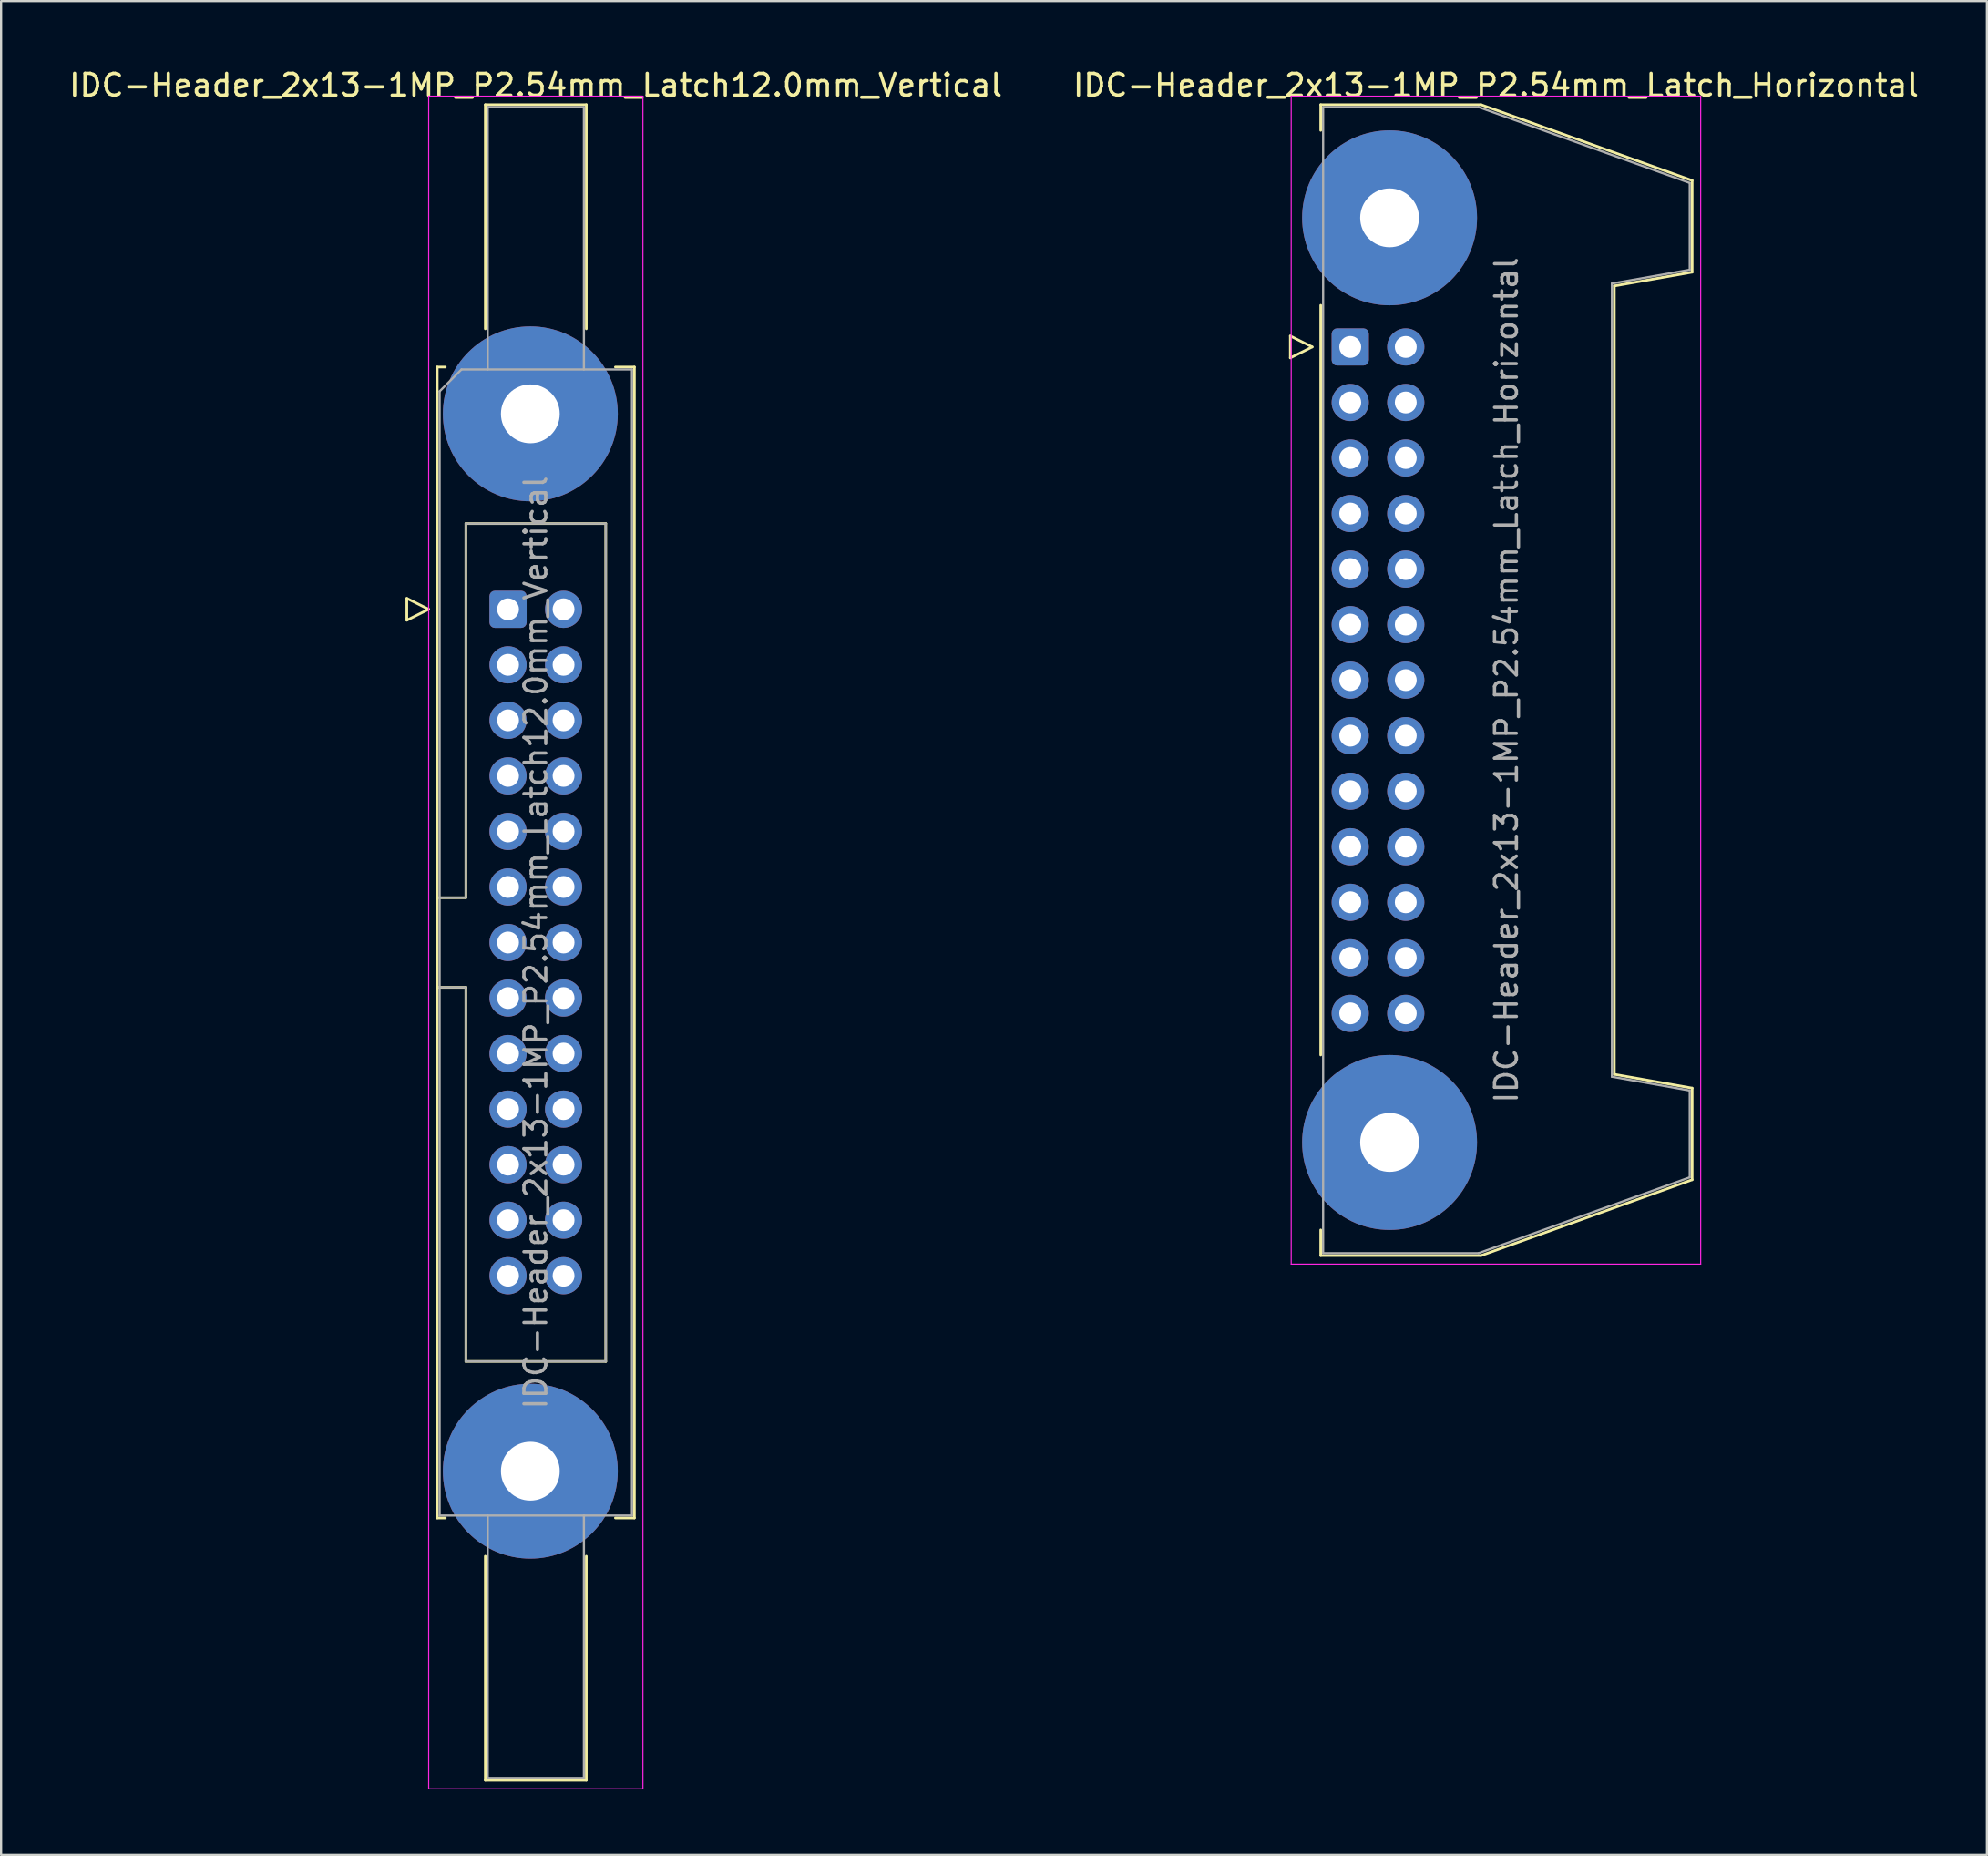
<source format=kicad_pcb>
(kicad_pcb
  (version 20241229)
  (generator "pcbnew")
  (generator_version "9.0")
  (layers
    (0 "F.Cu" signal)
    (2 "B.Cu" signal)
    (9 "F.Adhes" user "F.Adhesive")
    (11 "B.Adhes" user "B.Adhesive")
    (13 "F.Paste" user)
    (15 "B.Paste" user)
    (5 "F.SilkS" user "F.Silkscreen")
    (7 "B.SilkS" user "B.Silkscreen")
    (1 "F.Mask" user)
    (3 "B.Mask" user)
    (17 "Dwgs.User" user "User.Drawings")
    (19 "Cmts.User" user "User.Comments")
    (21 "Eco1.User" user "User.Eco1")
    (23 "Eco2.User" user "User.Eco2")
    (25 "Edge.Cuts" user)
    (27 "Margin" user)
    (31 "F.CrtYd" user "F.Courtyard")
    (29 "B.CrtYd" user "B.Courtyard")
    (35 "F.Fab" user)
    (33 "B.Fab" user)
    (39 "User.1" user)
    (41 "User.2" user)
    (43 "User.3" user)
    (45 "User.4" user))
  (footprint "IDC-Header_2x13-1MP_P2.54mm_Latch_Horizontal"
    (layer "F.Cu")
    (at 58.71 12.818)
    (property "Reference" "IDC-Header_2x13-1MP_P2.54mm_Latch_Horizontal" (at 6.665 -11.97 0) (layer "F.SilkS") (effects (font (size 1 1) (thickness 0.15))))
    (attr through_hole)
    (fp_line (start -2.74 -0.5) (end -2.74 0.5) (stroke (width 0.12) (type solid)) (layer "F.SilkS"))
    (fp_line (start -2.74 0.5) (end -1.74 0) (stroke (width 0.12) (type solid)) (layer "F.SilkS"))
    (fp_line (start -1.74 0) (end -2.74 -0.5) (stroke (width 0.12) (type solid)) (layer "F.SilkS"))
    (fp_line (start -1.35 -11.08) (end -1.35 -9.905) (stroke (width 0.12) (type solid)) (layer "F.SilkS"))
    (fp_line (start -1.35 -11.08) (end 5.98 -11.08) (stroke (width 0.12) (type solid)) (layer "F.SilkS"))
    (fp_line (start -1.35 -1.905) (end -1.35 32.385) (stroke (width 0.12) (type solid)) (layer "F.SilkS"))
    (fp_line (start -1.35 40.385) (end -1.35 41.56) (stroke (width 0.12) (type solid)) (layer "F.SilkS"))
    (fp_line (start 5.98 -11.08) (end 15.64 -7.61) (stroke (width 0.12) (type solid)) (layer "F.SilkS"))
    (fp_line (start 5.98 41.56) (end -1.35 41.56) (stroke (width 0.12) (type solid)) (layer "F.SilkS"))
    (fp_line (start 12.08 -2.79) (end 12.08 33.27) (stroke (width 0.12) (type solid)) (layer "F.SilkS"))
    (fp_line (start 12.08 33.27) (end 15.64 33.9) (stroke (width 0.12) (type solid)) (layer "F.SilkS"))
    (fp_line (start 15.64 -7.61) (end 15.64 -3.42) (stroke (width 0.12) (type solid)) (layer "F.SilkS"))
    (fp_line (start 15.64 -3.42) (end 12.08 -2.79) (stroke (width 0.12) (type solid)) (layer "F.SilkS"))
    (fp_line (start 15.64 33.9) (end 15.64 38.09) (stroke (width 0.12) (type solid)) (layer "F.SilkS"))
    (fp_line (start 15.64 38.09) (end 5.98 41.56) (stroke (width 0.12) (type solid)) (layer "F.SilkS"))
    (fp_line (start -2.7 -11.47) (end -2.7 41.95) (stroke (width 0.05) (type solid)) (layer "F.CrtYd"))
    (fp_line (start -2.7 41.95) (end 16.03 41.95) (stroke (width 0.05) (type solid)) (layer "F.CrtYd"))
    (fp_line (start 16.03 -11.47) (end -2.7 -11.47) (stroke (width 0.05) (type solid)) (layer "F.CrtYd"))
    (fp_line (start 16.03 41.95) (end 16.03 -11.47) (stroke (width 0.05) (type solid)) (layer "F.CrtYd"))
    (fp_line (start -1.24 -10.97) (end 5.87 -10.97) (stroke (width 0.1) (type solid)) (layer "F.Fab"))
    (fp_line (start -1.24 41.45) (end -1.24 -10.97) (stroke (width 0.1) (type solid)) (layer "F.Fab"))
    (fp_line (start 5.87 -10.97) (end 15.53 -7.5) (stroke (width 0.1) (type solid)) (layer "F.Fab"))
    (fp_line (start 5.87 41.45) (end -1.24 41.45) (stroke (width 0.1) (type solid)) (layer "F.Fab"))
    (fp_line (start 11.97 -2.9) (end 11.97 33.38) (stroke (width 0.1) (type solid)) (layer "F.Fab"))
    (fp_line (start 11.97 33.38) (end 15.53 34.01) (stroke (width 0.1) (type solid)) (layer "F.Fab"))
    (fp_line (start 15.53 -7.5) (end 15.53 -3.53) (stroke (width 0.1) (type solid)) (layer "F.Fab"))
    (fp_line (start 15.53 -3.53) (end 11.97 -2.9) (stroke (width 0.1) (type solid)) (layer "F.Fab"))
    (fp_line (start 15.53 34.01) (end 15.53 37.98) (stroke (width 0.1) (type solid)) (layer "F.Fab"))
    (fp_line (start 15.53 37.98) (end 5.87 41.45) (stroke (width 0.1) (type solid)) (layer "F.Fab"))
    (fp_text user "${REFERENCE}" (at 7.145 15.24 90) (layer "F.Fab") (effects (font (size 1 1) (thickness 0.15))))
    (pad "1" thru_hole roundrect (at 0 0) (size 1.7 1.7) (drill 1) (layers "*.Cu" "*.Mask") (roundrect_rratio 0.147))
    (pad "2" thru_hole circle (at 2.54 0) (size 1.7 1.7) (drill 1) (layers "*.Cu" "*.Mask"))
    (pad "3" thru_hole circle (at 0 2.54) (size 1.7 1.7) (drill 1) (layers "*.Cu" "*.Mask"))
    (pad "4" thru_hole circle (at 2.54 2.54) (size 1.7 1.7) (drill 1) (layers "*.Cu" "*.Mask"))
    (pad "5" thru_hole circle (at 0 5.08) (size 1.7 1.7) (drill 1) (layers "*.Cu" "*.Mask"))
    (pad "6" thru_hole circle (at 2.54 5.08) (size 1.7 1.7) (drill 1) (layers "*.Cu" "*.Mask"))
    (pad "7" thru_hole circle (at 0 7.62) (size 1.7 1.7) (drill 1) (layers "*.Cu" "*.Mask"))
    (pad "8" thru_hole circle (at 2.54 7.62) (size 1.7 1.7) (drill 1) (layers "*.Cu" "*.Mask"))
    (pad "9" thru_hole circle (at 0 10.16) (size 1.7 1.7) (drill 1) (layers "*.Cu" "*.Mask"))
    (pad "10" thru_hole circle (at 2.54 10.16) (size 1.7 1.7) (drill 1) (layers "*.Cu" "*.Mask"))
    (pad "11" thru_hole circle (at 0 12.7) (size 1.7 1.7) (drill 1) (layers "*.Cu" "*.Mask"))
    (pad "12" thru_hole circle (at 2.54 12.7) (size 1.7 1.7) (drill 1) (layers "*.Cu" "*.Mask"))
    (pad "13" thru_hole circle (at 0 15.24) (size 1.7 1.7) (drill 1) (layers "*.Cu" "*.Mask"))
    (pad "14" thru_hole circle (at 2.54 15.24) (size 1.7 1.7) (drill 1) (layers "*.Cu" "*.Mask"))
    (pad "15" thru_hole circle (at 0 17.78) (size 1.7 1.7) (drill 1) (layers "*.Cu" "*.Mask"))
    (pad "16" thru_hole circle (at 2.54 17.78) (size 1.7 1.7) (drill 1) (layers "*.Cu" "*.Mask"))
    (pad "17" thru_hole circle (at 0 20.32) (size 1.7 1.7) (drill 1) (layers "*.Cu" "*.Mask"))
    (pad "18" thru_hole circle (at 2.54 20.32) (size 1.7 1.7) (drill 1) (layers "*.Cu" "*.Mask"))
    (pad "19" thru_hole circle (at 0 22.86) (size 1.7 1.7) (drill 1) (layers "*.Cu" "*.Mask"))
    (pad "20" thru_hole circle (at 2.54 22.86) (size 1.7 1.7) (drill 1) (layers "*.Cu" "*.Mask"))
    (pad "21" thru_hole circle (at 0 25.4) (size 1.7 1.7) (drill 1) (layers "*.Cu" "*.Mask"))
    (pad "22" thru_hole circle (at 2.54 25.4) (size 1.7 1.7) (drill 1) (layers "*.Cu" "*.Mask"))
    (pad "23" thru_hole circle (at 0 27.94) (size 1.7 1.7) (drill 1) (layers "*.Cu" "*.Mask"))
    (pad "24" thru_hole circle (at 2.54 27.94) (size 1.7 1.7) (drill 1) (layers "*.Cu" "*.Mask"))
    (pad "25" thru_hole circle (at 0 30.48) (size 1.7 1.7) (drill 1) (layers "*.Cu" "*.Mask"))
    (pad "26" thru_hole circle (at 2.54 30.48) (size 1.7 1.7) (drill 1) (layers "*.Cu" "*.Mask"))
    (pad "MP" thru_hole circle (at 1.8 -5.905) (size 8 8) (drill 2.69) (layers "*.Cu" "*.Mask"))
    (pad "MP" thru_hole circle (at 1.8 36.385) (size 8 8) (drill 2.69) (layers "*.Cu" "*.Mask")))
  (footprint "IDC-Header_2x13-1MP_P2.54mm_Latch12.0mm_Vertical"
    (layer "F.Cu")
    (at 20.188 24.818)
    (property "Reference" "IDC-Header_2x13-1MP_P2.54mm_Latch12.0mm_Vertical" (at 1.27 -23.97 0) (layer "F.SilkS") (effects (font (size 1 1) (thickness 0.15))))
    (attr through_hole)
    (fp_line (start -4.63 -0.5) (end -4.63 0.5) (stroke (width 0.12) (type solid)) (layer "F.SilkS"))
    (fp_line (start -4.63 0.5) (end -3.63 0) (stroke (width 0.12) (type solid)) (layer "F.SilkS"))
    (fp_line (start -3.63 0) (end -4.63 -0.5) (stroke (width 0.12) (type solid)) (layer "F.SilkS"))
    (fp_line (start -3.24 -11.08) (end -3.24 41.56) (stroke (width 0.12) (type solid)) (layer "F.SilkS"))
    (fp_line (start -3.24 13.19) (end -1.93 13.19) (stroke (width 0.12) (type solid)) (layer "F.SilkS"))
    (fp_line (start -3.24 41.56) (end -2.87 41.56) (stroke (width 0.12) (type solid)) (layer "F.SilkS"))
    (fp_line (start -2.87 -11.08) (end -3.24 -11.08) (stroke (width 0.12) (type solid)) (layer "F.SilkS"))
    (fp_line (start -1.93 -3.92) (end 4.47 -3.92) (stroke (width 0.12) (type solid)) (layer "F.SilkS"))
    (fp_line (start -1.93 13.19) (end -1.93 -3.92) (stroke (width 0.12) (type solid)) (layer "F.SilkS"))
    (fp_line (start -1.93 17.29) (end -3.24 17.29) (stroke (width 0.12) (type solid)) (layer "F.SilkS"))
    (fp_line (start -1.93 17.29) (end -1.93 17.29) (stroke (width 0.12) (type solid)) (layer "F.SilkS"))
    (fp_line (start -1.93 34.4) (end -1.93 17.29) (stroke (width 0.12) (type solid)) (layer "F.SilkS"))
    (fp_line (start -1.04 -23.08) (end 3.58 -23.08) (stroke (width 0.12) (type solid)) (layer "F.SilkS"))
    (fp_line (start -1.04 -12.83) (end -1.04 -23.08) (stroke (width 0.12) (type solid)) (layer "F.SilkS"))
    (fp_line (start -1.04 43.31) (end -1.04 53.56) (stroke (width 0.12) (type solid)) (layer "F.SilkS"))
    (fp_line (start -1.04 53.56) (end 3.58 53.56) (stroke (width 0.12) (type solid)) (layer "F.SilkS"))
    (fp_line (start 3.58 -23.08) (end 3.58 -12.83) (stroke (width 0.12) (type solid)) (layer "F.SilkS"))
    (fp_line (start 3.58 53.56) (end 3.58 43.31) (stroke (width 0.12) (type solid)) (layer "F.SilkS"))
    (fp_line (start 4.47 -3.92) (end 4.47 34.4) (stroke (width 0.12) (type solid)) (layer "F.SilkS"))
    (fp_line (start 4.47 34.4) (end -1.93 34.4) (stroke (width 0.12) (type solid)) (layer "F.SilkS"))
    (fp_line (start 4.91 -11.08) (end 5.78 -11.08) (stroke (width 0.12) (type solid)) (layer "F.SilkS"))
    (fp_line (start 5.78 -11.08) (end 5.78 41.56) (stroke (width 0.12) (type solid)) (layer "F.SilkS"))
    (fp_line (start 5.78 41.56) (end 4.91 41.56) (stroke (width 0.12) (type solid)) (layer "F.SilkS"))
    (fp_line (start -3.63 -23.47) (end -3.63 53.95) (stroke (width 0.05) (type solid)) (layer "F.CrtYd"))
    (fp_line (start -3.63 53.95) (end 6.17 53.95) (stroke (width 0.05) (type solid)) (layer "F.CrtYd"))
    (fp_line (start 6.17 -23.47) (end -3.63 -23.47) (stroke (width 0.05) (type solid)) (layer "F.CrtYd"))
    (fp_line (start 6.17 53.95) (end 6.17 -23.47) (stroke (width 0.05) (type solid)) (layer "F.CrtYd"))
    (fp_line (start -3.13 -9.97) (end -2.13 -10.97) (stroke (width 0.1) (type solid)) (layer "F.Fab"))
    (fp_line (start -3.13 13.19) (end -1.93 13.19) (stroke (width 0.1) (type solid)) (layer "F.Fab"))
    (fp_line (start -3.13 41.45) (end -3.13 -9.97) (stroke (width 0.1) (type solid)) (layer "F.Fab"))
    (fp_line (start -2.13 -10.97) (end 5.67 -10.97) (stroke (width 0.1) (type solid)) (layer "F.Fab"))
    (fp_line (start -1.93 -3.92) (end 4.47 -3.92) (stroke (width 0.1) (type solid)) (layer "F.Fab"))
    (fp_line (start -1.93 13.19) (end -1.93 -3.92) (stroke (width 0.1) (type solid)) (layer "F.Fab"))
    (fp_line (start -1.93 17.29) (end -3.13 17.29) (stroke (width 0.1) (type solid)) (layer "F.Fab"))
    (fp_line (start -1.93 17.29) (end -1.93 17.29) (stroke (width 0.1) (type solid)) (layer "F.Fab"))
    (fp_line (start -1.93 34.4) (end -1.93 17.29) (stroke (width 0.1) (type solid)) (layer "F.Fab"))
    (fp_line (start -0.93 -22.97) (end 3.47 -22.97) (stroke (width 0.1) (type solid)) (layer "F.Fab"))
    (fp_line (start -0.93 -10.97) (end -0.93 -22.97) (stroke (width 0.1) (type solid)) (layer "F.Fab"))
    (fp_line (start -0.93 41.45) (end -0.93 53.45) (stroke (width 0.1) (type solid)) (layer "F.Fab"))
    (fp_line (start -0.93 53.45) (end 3.47 53.45) (stroke (width 0.1) (type solid)) (layer "F.Fab"))
    (fp_line (start 3.47 -22.97) (end 3.47 -10.97) (stroke (width 0.1) (type solid)) (layer "F.Fab"))
    (fp_line (start 3.47 53.45) (end 3.47 41.45) (stroke (width 0.1) (type solid)) (layer "F.Fab"))
    (fp_line (start 4.47 -3.92) (end 4.47 34.4) (stroke (width 0.1) (type solid)) (layer "F.Fab"))
    (fp_line (start 4.47 34.4) (end -1.93 34.4) (stroke (width 0.1) (type solid)) (layer "F.Fab"))
    (fp_line (start 5.67 -10.97) (end 5.67 41.45) (stroke (width 0.1) (type solid)) (layer "F.Fab"))
    (fp_line (start 5.67 41.45) (end -3.13 41.45) (stroke (width 0.1) (type solid)) (layer "F.Fab"))
    (fp_text user "${REFERENCE}" (at 1.27 15.24 90) (layer "F.Fab") (effects (font (size 1 1) (thickness 0.15))))
    (pad "1" thru_hole roundrect (at 0 0) (size 1.7 1.7) (drill 1) (layers "*.Cu" "*.Mask") (roundrect_rratio 0.147))
    (pad "2" thru_hole circle (at 2.54 0) (size 1.7 1.7) (drill 1) (layers "*.Cu" "*.Mask"))
    (pad "3" thru_hole circle (at 0 2.54) (size 1.7 1.7) (drill 1) (layers "*.Cu" "*.Mask"))
    (pad "4" thru_hole circle (at 2.54 2.54) (size 1.7 1.7) (drill 1) (layers "*.Cu" "*.Mask"))
    (pad "5" thru_hole circle (at 0 5.08) (size 1.7 1.7) (drill 1) (layers "*.Cu" "*.Mask"))
    (pad "6" thru_hole circle (at 2.54 5.08) (size 1.7 1.7) (drill 1) (layers "*.Cu" "*.Mask"))
    (pad "7" thru_hole circle (at 0 7.62) (size 1.7 1.7) (drill 1) (layers "*.Cu" "*.Mask"))
    (pad "8" thru_hole circle (at 2.54 7.62) (size 1.7 1.7) (drill 1) (layers "*.Cu" "*.Mask"))
    (pad "9" thru_hole circle (at 0 10.16) (size 1.7 1.7) (drill 1) (layers "*.Cu" "*.Mask"))
    (pad "10" thru_hole circle (at 2.54 10.16) (size 1.7 1.7) (drill 1) (layers "*.Cu" "*.Mask"))
    (pad "11" thru_hole circle (at 0 12.7) (size 1.7 1.7) (drill 1) (layers "*.Cu" "*.Mask"))
    (pad "12" thru_hole circle (at 2.54 12.7) (size 1.7 1.7) (drill 1) (layers "*.Cu" "*.Mask"))
    (pad "13" thru_hole circle (at 0 15.24) (size 1.7 1.7) (drill 1) (layers "*.Cu" "*.Mask"))
    (pad "14" thru_hole circle (at 2.54 15.24) (size 1.7 1.7) (drill 1) (layers "*.Cu" "*.Mask"))
    (pad "15" thru_hole circle (at 0 17.78) (size 1.7 1.7) (drill 1) (layers "*.Cu" "*.Mask"))
    (pad "16" thru_hole circle (at 2.54 17.78) (size 1.7 1.7) (drill 1) (layers "*.Cu" "*.Mask"))
    (pad "17" thru_hole circle (at 0 20.32) (size 1.7 1.7) (drill 1) (layers "*.Cu" "*.Mask"))
    (pad "18" thru_hole circle (at 2.54 20.32) (size 1.7 1.7) (drill 1) (layers "*.Cu" "*.Mask"))
    (pad "19" thru_hole circle (at 0 22.86) (size 1.7 1.7) (drill 1) (layers "*.Cu" "*.Mask"))
    (pad "20" thru_hole circle (at 2.54 22.86) (size 1.7 1.7) (drill 1) (layers "*.Cu" "*.Mask"))
    (pad "21" thru_hole circle (at 0 25.4) (size 1.7 1.7) (drill 1) (layers "*.Cu" "*.Mask"))
    (pad "22" thru_hole circle (at 2.54 25.4) (size 1.7 1.7) (drill 1) (layers "*.Cu" "*.Mask"))
    (pad "23" thru_hole circle (at 0 27.94) (size 1.7 1.7) (drill 1) (layers "*.Cu" "*.Mask"))
    (pad "24" thru_hole circle (at 2.54 27.94) (size 1.7 1.7) (drill 1) (layers "*.Cu" "*.Mask"))
    (pad "25" thru_hole circle (at 0 30.48) (size 1.7 1.7) (drill 1) (layers "*.Cu" "*.Mask"))
    (pad "26" thru_hole circle (at 2.54 30.48) (size 1.7 1.7) (drill 1) (layers "*.Cu" "*.Mask"))
    (pad "MP" thru_hole circle (at 1.02 -8.94) (size 8 8) (drill 2.69) (layers "*.Cu" "*.Mask"))
    (pad "MP" thru_hole circle (at 1.02 39.42) (size 8 8) (drill 2.69) (layers "*.Cu" "*.Mask")))
  (gr_rect
    (start -3 -3)
    (end 87.833 81.793)
    (stroke (width 0.1) (type default))
    (fill no)
    (layer "Edge.Cuts")))
</source>
